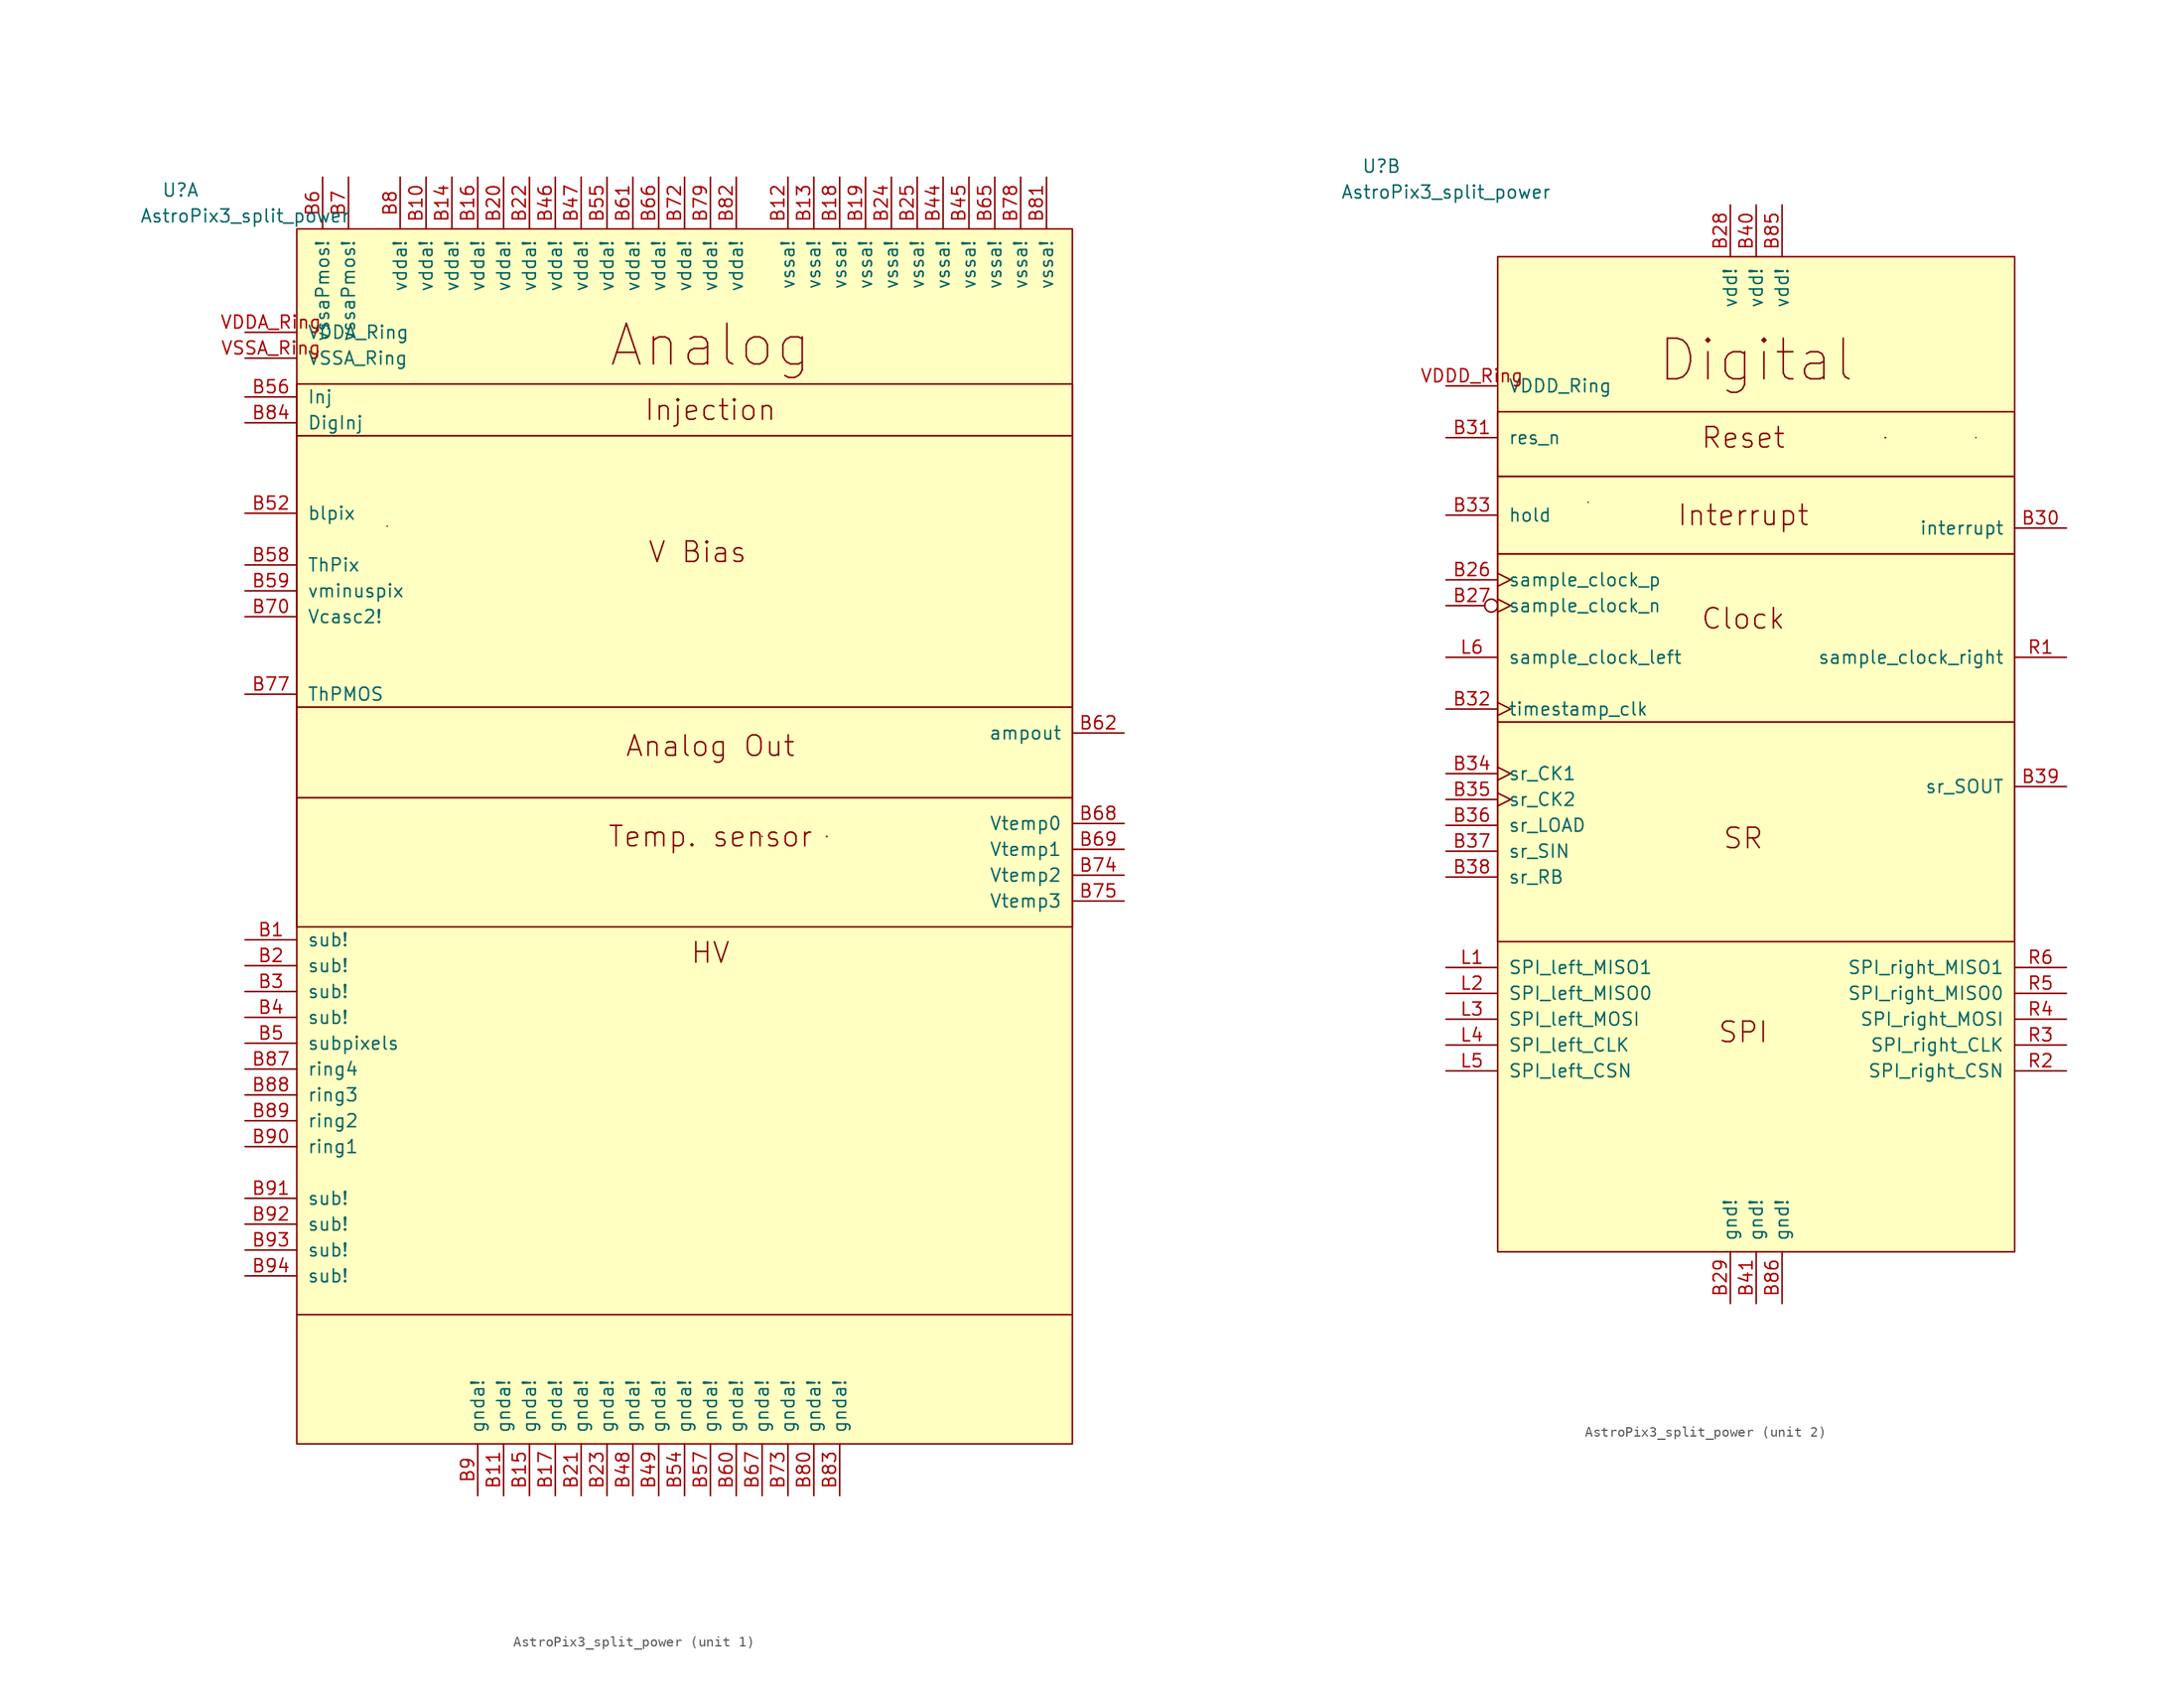
<source format=kicad_sym>
(kicad_symbol_lib
  (version 20231120)
  (generator "kicad_symbol_editor")
  (generator_version "8.0")
  (symbol "AstroPix3_split_power"
    (pin_names
      (offset 1.016))
    (property "Reference" "U"
      (at -36.83 40.64 0)
      (effects (font (size 1.27 1.27))))
    (property "Value" "AstroPix3_split_power"
      (at -30.48 38.1 0)
      (effects (font (size 1.27 1.27))))
    (property "ki_locked" ""
      (at 0 0 0)
      (effects (font (size 1.27 1.27))))
    (symbol "AstroPix3_split_power_0_1"
      (polyline (pts (xy -16.51 7.62) (xy -16.51 7.62)) (stroke (width 0) (type default)) (fill (type none))))
    (symbol "AstroPix3_split_power_1_1"
      (rectangle (start -25.4 -19.05) (end 50.8 -31.75) (stroke (width 0) (type default)) (fill (type none)))
      (rectangle (start -25.4 -10.16) (end 50.8 -19.05) (stroke (width 0) (type default)) (fill (type none)))
      (rectangle (start -25.4 16.51) (end 50.8 -10.16) (stroke (width 0) (type default)) (fill (type none)))
      (rectangle (start -25.4 21.59) (end 50.8 16.51) (stroke (width 0) (type default)) (fill (type none)))
      (rectangle (start -25.4 36.83) (end 50.8 -82.55) (stroke (width 0) (type default)) (fill (type background)))
      (polyline (pts (xy -25.4 -69.85) (xy 50.8 -69.85)) (stroke (width 0) (type default)) (fill (type none)))
      (polyline (pts (xy 20.32 -22.86) (xy 20.32 -22.86)) (stroke (width 0) (type default)) (fill (type none)))
      (polyline (pts (xy 26.67 -22.86) (xy 26.67 -22.86)) (stroke (width 0) (type default)) (fill (type none)))
      (polyline (pts (xy 26.67 -22.86) (xy 26.67 -22.86)) (stroke (width 0) (type default)) (fill (type none)))
      (polyline (pts (xy 26.67 -22.86) (xy 26.67 -22.86)) (stroke (width 0) (type default)) (fill (type none)))
      (polyline (pts (xy 26.67 -22.86) (xy 26.67 -22.86)) (stroke (width 0) (type default)) (fill (type none)))
      (polyline (pts (xy 26.67 -22.86) (xy 26.67 -22.86)) (stroke (width 0) (type default)) (fill (type none)))
      (text "Analog" (at 15.24 25.4 0) (effects (font (size 3.988 3.988))))
      (text "Analog Out" (at 15.24 -13.97 0) (effects (font (size 2.007 2.007))))
      (text "HV" (at 15.24 -34.29 0) (effects (font (size 2.007 2.007))))
      (text "Injection" (at 15.24 19.05 0) (effects (font (size 2.007 2.007))))
      (text "Temp. sensor" (at 15.24 -22.86 0) (effects (font (size 2.007 2.007))))
      (text "V Bias" (at 13.97 5.08 0) (effects (font (size 2.007 2.007))))
      (pin power_in line (at -30.48 -33.02 0) (length 5.08) (name "sub!" (effects (font (size 1.27 1.27)))) (number "B1" (effects (font (size 1.27 1.27)))))
      (pin power_in line (at -12.7 41.91 270) (length 5.08) (name "vdda!" (effects (font (size 1.27 1.27)))) (number "B10" (effects (font (size 1.27 1.27)))))
      (pin power_in line (at -5.08 -87.63 90) (length 5.08) (name "gnda!" (effects (font (size 1.27 1.27)))) (number "B11" (effects (font (size 1.27 1.27)))))
      (pin power_in line (at 22.86 41.91 270) (length 5.08) (name "vssa!" (effects (font (size 1.27 1.27)))) (number "B12" (effects (font (size 1.27 1.27)))))
      (pin power_in line (at 25.4 41.91 270) (length 5.08) (name "vssa!" (effects (font (size 1.27 1.27)))) (number "B13" (effects (font (size 1.27 1.27)))))
      (pin power_in line (at -10.16 41.91 270) (length 5.08) (name "vdda!" (effects (font (size 1.27 1.27)))) (number "B14" (effects (font (size 1.27 1.27)))))
      (pin power_in line (at -2.54 -87.63 90) (length 5.08) (name "gnda!" (effects (font (size 1.27 1.27)))) (number "B15" (effects (font (size 1.27 1.27)))))
      (pin power_in line (at -7.62 41.91 270) (length 5.08) (name "vdda!" (effects (font (size 1.27 1.27)))) (number "B16" (effects (font (size 1.27 1.27)))))
      (pin power_in line (at 0 -87.63 90) (length 5.08) (name "gnda!" (effects (font (size 1.27 1.27)))) (number "B17" (effects (font (size 1.27 1.27)))))
      (pin power_in line (at 27.94 41.91 270) (length 5.08) (name "vssa!" (effects (font (size 1.27 1.27)))) (number "B18" (effects (font (size 1.27 1.27)))))
      (pin power_in line (at 30.48 41.91 270) (length 5.08) (name "vssa!" (effects (font (size 1.27 1.27)))) (number "B19" (effects (font (size 1.27 1.27)))))
      (pin power_in line (at -30.48 -35.56 0) (length 5.08) (name "sub!" (effects (font (size 1.27 1.27)))) (number "B2" (effects (font (size 1.27 1.27)))))
      (pin power_in line (at -5.08 41.91 270) (length 5.08) (name "vdda!" (effects (font (size 1.27 1.27)))) (number "B20" (effects (font (size 1.27 1.27)))))
      (pin power_in line (at 2.54 -87.63 90) (length 5.08) (name "gnda!" (effects (font (size 1.27 1.27)))) (number "B21" (effects (font (size 1.27 1.27)))))
      (pin power_in line (at -2.54 41.91 270) (length 5.08) (name "vdda!" (effects (font (size 1.27 1.27)))) (number "B22" (effects (font (size 1.27 1.27)))))
      (pin power_in line (at 5.08 -87.63 90) (length 5.08) (name "gnda!" (effects (font (size 1.27 1.27)))) (number "B23" (effects (font (size 1.27 1.27)))))
      (pin power_in line (at 33.02 41.91 270) (length 5.08) (name "vssa!" (effects (font (size 1.27 1.27)))) (number "B24" (effects (font (size 1.27 1.27)))))
      (pin power_in line (at 35.56 41.91 270) (length 5.08) (name "vssa!" (effects (font (size 1.27 1.27)))) (number "B25" (effects (font (size 1.27 1.27)))))
      (pin power_in line (at -30.48 -38.1 0) (length 5.08) (name "sub!" (effects (font (size 1.27 1.27)))) (number "B3" (effects (font (size 1.27 1.27)))))
      (pin power_in line (at -30.48 -40.64 0) (length 5.08) (name "sub!" (effects (font (size 1.27 1.27)))) (number "B4" (effects (font (size 1.27 1.27)))))
      (pin power_in line (at 38.1 41.91 270) (length 5.08) (name "vssa!" (effects (font (size 1.27 1.27)))) (number "B44" (effects (font (size 1.27 1.27)))))
      (pin power_in line (at 40.64 41.91 270) (length 5.08) (name "vssa!" (effects (font (size 1.27 1.27)))) (number "B45" (effects (font (size 1.27 1.27)))))
      (pin power_in line (at 0 41.91 270) (length 5.08) (name "vdda!" (effects (font (size 1.27 1.27)))) (number "B46" (effects (font (size 1.27 1.27)))))
      (pin power_in line (at 2.54 41.91 270) (length 5.08) (name "vdda!" (effects (font (size 1.27 1.27)))) (number "B47" (effects (font (size 1.27 1.27)))))
      (pin power_in line (at 7.62 -87.63 90) (length 5.08) (name "gnda!" (effects (font (size 1.27 1.27)))) (number "B48" (effects (font (size 1.27 1.27)))))
      (pin power_in line (at 10.16 -87.63 90) (length 5.08) (name "gnda!" (effects (font (size 1.27 1.27)))) (number "B49" (effects (font (size 1.27 1.27)))))
      (pin power_in line (at -30.48 -43.18 0) (length 5.08) (name "subpixels" (effects (font (size 1.27 1.27)))) (number "B5" (effects (font (size 1.27 1.27)))))
      (pin input line (at -30.48 8.89 0) (length 5.08) (name "blpix" (effects (font (size 1.27 1.27)))) (number "B52" (effects (font (size 1.27 1.27)))))
      (pin power_in line (at 12.7 -87.63 90) (length 5.08) (name "gnda!" (effects (font (size 1.27 1.27)))) (number "B54" (effects (font (size 1.27 1.27)))))
      (pin power_in line (at 5.08 41.91 270) (length 5.08) (name "vdda!" (effects (font (size 1.27 1.27)))) (number "B55" (effects (font (size 1.27 1.27)))))
      (pin input line (at -30.48 20.32 0) (length 5.08) (name "Inj" (effects (font (size 1.27 1.27)))) (number "B56" (effects (font (size 1.27 1.27)))))
      (pin power_in line (at 15.24 -87.63 90) (length 5.08) (name "gnda!" (effects (font (size 1.27 1.27)))) (number "B57" (effects (font (size 1.27 1.27)))))
      (pin input line (at -30.48 3.81 0) (length 5.08) (name "ThPix" (effects (font (size 1.27 1.27)))) (number "B58" (effects (font (size 1.27 1.27)))))
      (pin input line (at -30.48 1.27 0) (length 5.08) (name "vminuspix" (effects (font (size 1.27 1.27)))) (number "B59" (effects (font (size 1.27 1.27)))))
      (pin power_in line (at -22.86 41.91 270) (length 5.08) (name "vssaPmos!" (effects (font (size 1.27 1.27)))) (number "B6" (effects (font (size 1.27 1.27)))))
      (pin power_in line (at 17.78 -87.63 90) (length 5.08) (name "gnda!" (effects (font (size 1.27 1.27)))) (number "B60" (effects (font (size 1.27 1.27)))))
      (pin power_in line (at 7.62 41.91 270) (length 5.08) (name "vdda!" (effects (font (size 1.27 1.27)))) (number "B61" (effects (font (size 1.27 1.27)))))
      (pin output line (at 55.88 -12.7 180) (length 5.08) (name "ampout" (effects (font (size 1.27 1.27)))) (number "B62" (effects (font (size 1.27 1.27)))))
      (pin power_in line (at 43.18 41.91 270) (length 5.08) (name "vssa!" (effects (font (size 1.27 1.27)))) (number "B65" (effects (font (size 1.27 1.27)))))
      (pin power_in line (at 10.16 41.91 270) (length 5.08) (name "vdda!" (effects (font (size 1.27 1.27)))) (number "B66" (effects (font (size 1.27 1.27)))))
      (pin power_in line (at 20.32 -87.63 90) (length 5.08) (name "gnda!" (effects (font (size 1.27 1.27)))) (number "B67" (effects (font (size 1.27 1.27)))))
      (pin output line (at 55.88 -21.59 180) (length 5.08) (name "Vtemp0" (effects (font (size 1.27 1.27)))) (number "B68" (effects (font (size 1.27 1.27)))))
      (pin output line (at 55.88 -24.13 180) (length 5.08) (name "Vtemp1" (effects (font (size 1.27 1.27)))) (number "B69" (effects (font (size 1.27 1.27)))))
      (pin power_in line (at -20.32 41.91 270) (length 5.08) (name "vssaPmos!" (effects (font (size 1.27 1.27)))) (number "B7" (effects (font (size 1.27 1.27)))))
      (pin input line (at -30.48 -1.27 0) (length 5.08) (name "Vcasc2!" (effects (font (size 1.27 1.27)))) (number "B70" (effects (font (size 1.27 1.27)))))
      (pin power_in line (at 12.7 41.91 270) (length 5.08) (name "vdda!" (effects (font (size 1.27 1.27)))) (number "B72" (effects (font (size 1.27 1.27)))))
      (pin power_in line (at 22.86 -87.63 90) (length 5.08) (name "gnda!" (effects (font (size 1.27 1.27)))) (number "B73" (effects (font (size 1.27 1.27)))))
      (pin output line (at 55.88 -26.67 180) (length 5.08) (name "Vtemp2" (effects (font (size 1.27 1.27)))) (number "B74" (effects (font (size 1.27 1.27)))))
      (pin output line (at 55.88 -29.21 180) (length 5.08) (name "Vtemp3" (effects (font (size 1.27 1.27)))) (number "B75" (effects (font (size 1.27 1.27)))))
      (pin input line (at -30.48 -8.89 0) (length 5.08) (name "ThPMOS" (effects (font (size 1.27 1.27)))) (number "B77" (effects (font (size 1.27 1.27)))))
      (pin power_in line (at 45.72 41.91 270) (length 5.08) (name "vssa!" (effects (font (size 1.27 1.27)))) (number "B78" (effects (font (size 1.27 1.27)))))
      (pin power_in line (at 15.24 41.91 270) (length 5.08) (name "vdda!" (effects (font (size 1.27 1.27)))) (number "B79" (effects (font (size 1.27 1.27)))))
      (pin power_in line (at -15.24 41.91 270) (length 5.08) (name "vdda!" (effects (font (size 1.27 1.27)))) (number "B8" (effects (font (size 1.27 1.27)))))
      (pin power_in line (at 25.4 -87.63 90) (length 5.08) (name "gnda!" (effects (font (size 1.27 1.27)))) (number "B80" (effects (font (size 1.27 1.27)))))
      (pin power_in line (at 48.26 41.91 270) (length 5.08) (name "vssa!" (effects (font (size 1.27 1.27)))) (number "B81" (effects (font (size 1.27 1.27)))))
      (pin power_in line (at 17.78 41.91 270) (length 5.08) (name "vdda!" (effects (font (size 1.27 1.27)))) (number "B82" (effects (font (size 1.27 1.27)))))
      (pin power_in line (at 27.94 -87.63 90) (length 5.08) (name "gnda!" (effects (font (size 1.27 1.27)))) (number "B83" (effects (font (size 1.27 1.27)))))
      (pin input line (at -30.48 17.78 0) (length 5.08) (name "DigInj" (effects (font (size 1.27 1.27)))) (number "B84" (effects (font (size 1.27 1.27)))))
      (pin input line (at -30.48 -45.72 0) (length 5.08) (name "ring4" (effects (font (size 1.27 1.27)))) (number "B87" (effects (font (size 1.27 1.27)))))
      (pin input line (at -30.48 -48.26 0) (length 5.08) (name "ring3" (effects (font (size 1.27 1.27)))) (number "B88" (effects (font (size 1.27 1.27)))))
      (pin input line (at -30.48 -50.8 0) (length 5.08) (name "ring2" (effects (font (size 1.27 1.27)))) (number "B89" (effects (font (size 1.27 1.27)))))
      (pin power_in line (at -7.62 -87.63 90) (length 5.08) (name "gnda!" (effects (font (size 1.27 1.27)))) (number "B9" (effects (font (size 1.27 1.27)))))
      (pin input line (at -30.48 -53.34 0) (length 5.08) (name "ring1" (effects (font (size 1.27 1.27)))) (number "B90" (effects (font (size 1.27 1.27)))))
      (pin power_in line (at -30.48 -58.42 0) (length 5.08) (name "sub!" (effects (font (size 1.27 1.27)))) (number "B91" (effects (font (size 1.27 1.27)))))
      (pin power_in line (at -30.48 -60.96 0) (length 5.08) (name "sub!" (effects (font (size 1.27 1.27)))) (number "B92" (effects (font (size 1.27 1.27)))))
      (pin power_in line (at -30.48 -63.5 0) (length 5.08) (name "sub!" (effects (font (size 1.27 1.27)))) (number "B93" (effects (font (size 1.27 1.27)))))
      (pin power_in line (at -30.48 -66.04 0) (length 5.08) (name "sub!" (effects (font (size 1.27 1.27)))) (number "B94" (effects (font (size 1.27 1.27)))))
      (pin power_in line (at -30.48 26.67 0) (length 5.08) (name "VDDA_Ring" (effects (font (size 1.27 1.27)))) (number "VDDA_Ring" (effects (font (size 1.27 1.27)))))
      (pin power_in line (at -30.48 24.13 0) (length 5.08) (name "VSSA_Ring" (effects (font (size 1.27 1.27)))) (number "VSSA_Ring" (effects (font (size 1.27 1.27))))))
    (symbol "AstroPix3_split_power_2_1"
      (rectangle (start -25.4 -13.97) (end 25.4 -35.56) (stroke (width 0) (type default)) (fill (type none)))
      (rectangle (start -25.4 2.54) (end 25.4 -13.97) (stroke (width 0) (type default)) (fill (type none)))
      (rectangle (start -25.4 2.54) (end 25.4 10.16) (stroke (width 0) (type default)) (fill (type none)))
      (rectangle (start -25.4 16.51) (end 25.4 10.16) (stroke (width 0) (type default)) (fill (type none)))
      (rectangle (start -25.4 31.75) (end 25.4 -66.04) (stroke (width 0) (type default)) (fill (type background)))
      (polyline (pts (xy 12.7 13.97) (xy 12.7 13.97)) (stroke (width 0) (type default)) (fill (type none)))
      (polyline (pts (xy 12.7 13.97) (xy 12.7 13.97)) (stroke (width 0) (type default)) (fill (type none)))
      (polyline (pts (xy 12.7 13.97) (xy 12.7 13.97)) (stroke (width 0) (type default)) (fill (type none)))
      (polyline (pts (xy 12.7 13.97) (xy 12.7 13.97)) (stroke (width 0) (type default)) (fill (type none)))
      (polyline (pts (xy 12.7 13.97) (xy 12.7 13.97)) (stroke (width 0) (type default)) (fill (type none)))
      (polyline (pts (xy 21.59 13.97) (xy 21.59 13.97)) (stroke (width 0) (type default)) (fill (type none)))
      (text "Clock" (at -1.27 -3.81 0) (effects (font (size 2.007 2.007))))
      (text "Digital" (at 0 21.59 0) (effects (font (size 3.988 3.988))))
      (text "Interrupt" (at -1.27 6.35 0) (effects (font (size 2.007 2.007))))
      (text "Reset" (at -1.27 13.97 0) (effects (font (size 2.007 2.007))))
      (text "SPI" (at -1.27 -44.45 0) (effects (font (size 2.007 2.007))))
      (text "SR" (at -1.27 -25.4 0) (effects (font (size 2.007 2.007))))
      (pin input clock (at -30.48 0 0) (length 5.08) (name "sample_clock_p" (effects (font (size 1.27 1.27)))) (number "B26" (effects (font (size 1.27 1.27)))))
      (pin input inverted_clock (at -30.48 -2.54 0) (length 5.08) (name "sample_clock_n" (effects (font (size 1.27 1.27)))) (number "B27" (effects (font (size 1.27 1.27)))))
      (pin power_in line (at -2.54 36.83 270) (length 5.08) (name "vdd!" (effects (font (size 1.27 1.27)))) (number "B28" (effects (font (size 1.27 1.27)))))
      (pin power_in line (at -2.54 -71.12 90) (length 5.08) (name "gnd!" (effects (font (size 1.27 1.27)))) (number "B29" (effects (font (size 1.27 1.27)))))
      (pin open_collector line (at 30.48 5.08 180) (length 5.08) (name "interrupt" (effects (font (size 1.27 1.27)))) (number "B30" (effects (font (size 1.27 1.27)))))
      (pin input line (at -30.48 13.97 0) (length 5.08) (name "res_n" (effects (font (size 1.27 1.27)))) (number "B31" (effects (font (size 1.27 1.27)))))
      (pin input clock (at -30.48 -12.7 0) (length 5.08) (name "timestamp_clk" (effects (font (size 1.27 1.27)))) (number "B32" (effects (font (size 1.27 1.27)))))
      (pin input line (at -30.48 6.35 0) (length 5.08) (name "hold" (effects (font (size 1.27 1.27)))) (number "B33" (effects (font (size 1.27 1.27)))))
      (pin input clock (at -30.48 -19.05 0) (length 5.08) (name "sr_CK1" (effects (font (size 1.27 1.27)))) (number "B34" (effects (font (size 1.27 1.27)))))
      (pin input clock (at -30.48 -21.59 0) (length 5.08) (name "sr_CK2" (effects (font (size 1.27 1.27)))) (number "B35" (effects (font (size 1.27 1.27)))))
      (pin input line (at -30.48 -24.13 0) (length 5.08) (name "sr_LOAD" (effects (font (size 1.27 1.27)))) (number "B36" (effects (font (size 1.27 1.27)))))
      (pin input line (at -30.48 -26.67 0) (length 5.08) (name "sr_SIN" (effects (font (size 1.27 1.27)))) (number "B37" (effects (font (size 1.27 1.27)))))
      (pin input line (at -30.48 -29.21 0) (length 5.08) (name "sr_RB" (effects (font (size 1.27 1.27)))) (number "B38" (effects (font (size 1.27 1.27)))))
      (pin output line (at 30.48 -20.32 180) (length 5.08) (name "sr_SOUT" (effects (font (size 1.27 1.27)))) (number "B39" (effects (font (size 1.27 1.27)))))
      (pin power_in line (at 0 36.83 270) (length 5.08) (name "vdd!" (effects (font (size 1.27 1.27)))) (number "B40" (effects (font (size 1.27 1.27)))))
      (pin power_in line (at 0 -71.12 90) (length 5.08) (name "gnd!" (effects (font (size 1.27 1.27)))) (number "B41" (effects (font (size 1.27 1.27)))))
      (pin power_in line (at 2.54 36.83 270) (length 5.08) (name "vdd!" (effects (font (size 1.27 1.27)))) (number "B85" (effects (font (size 1.27 1.27)))))
      (pin power_in line (at 2.54 -71.12 90) (length 5.08) (name "gnd!" (effects (font (size 1.27 1.27)))) (number "B86" (effects (font (size 1.27 1.27)))))
      (pin output line (at -30.48 -38.1 0) (length 5.08) (name "SPI_left_MISO1" (effects (font (size 1.27 1.27)))) (number "L1" (effects (font (size 1.27 1.27)))))
      (pin output line (at -30.48 -40.64 0) (length 5.08) (name "SPI_left_MISO0" (effects (font (size 1.27 1.27)))) (number "L2" (effects (font (size 1.27 1.27)))))
      (pin input line (at -30.48 -43.18 0) (length 5.08) (name "SPI_left_MOSI" (effects (font (size 1.27 1.27)))) (number "L3" (effects (font (size 1.27 1.27)))))
      (pin input line (at -30.48 -45.72 0) (length 5.08) (name "SPI_left_CLK" (effects (font (size 1.27 1.27)))) (number "L4" (effects (font (size 1.27 1.27)))))
      (pin output line (at -30.48 -48.26 0) (length 5.08) (name "SPI_left_CSN" (effects (font (size 1.27 1.27)))) (number "L5" (effects (font (size 1.27 1.27)))))
      (pin input line (at -30.48 -7.62 0) (length 5.08) (name "sample_clock_left" (effects (font (size 1.27 1.27)))) (number "L6" (effects (font (size 1.27 1.27)))))
      (pin output line (at 30.48 -7.62 180) (length 5.08) (name "sample_clock_right" (effects (font (size 1.27 1.27)))) (number "R1" (effects (font (size 1.27 1.27)))))
      (pin input line (at 30.48 -48.26 180) (length 5.08) (name "SPI_right_CSN" (effects (font (size 1.27 1.27)))) (number "R2" (effects (font (size 1.27 1.27)))))
      (pin output line (at 30.48 -45.72 180) (length 5.08) (name "SPI_right_CLK" (effects (font (size 1.27 1.27)))) (number "R3" (effects (font (size 1.27 1.27)))))
      (pin output line (at 30.48 -43.18 180) (length 5.08) (name "SPI_right_MOSI" (effects (font (size 1.27 1.27)))) (number "R4" (effects (font (size 1.27 1.27)))))
      (pin input line (at 30.48 -40.64 180) (length 5.08) (name "SPI_right_MISO0" (effects (font (size 1.27 1.27)))) (number "R5" (effects (font (size 1.27 1.27)))))
      (pin input line (at 30.48 -38.1 180) (length 5.08) (name "SPI_right_MISO1" (effects (font (size 1.27 1.27)))) (number "R6" (effects (font (size 1.27 1.27)))))
      (pin power_in line (at -30.48 19.05 0) (length 5.08) (name "VDDD_Ring" (effects (font (size 1.27 1.27)))) (number "VDDD_Ring" (effects (font (size 1.27 1.27))))))))
</source>
